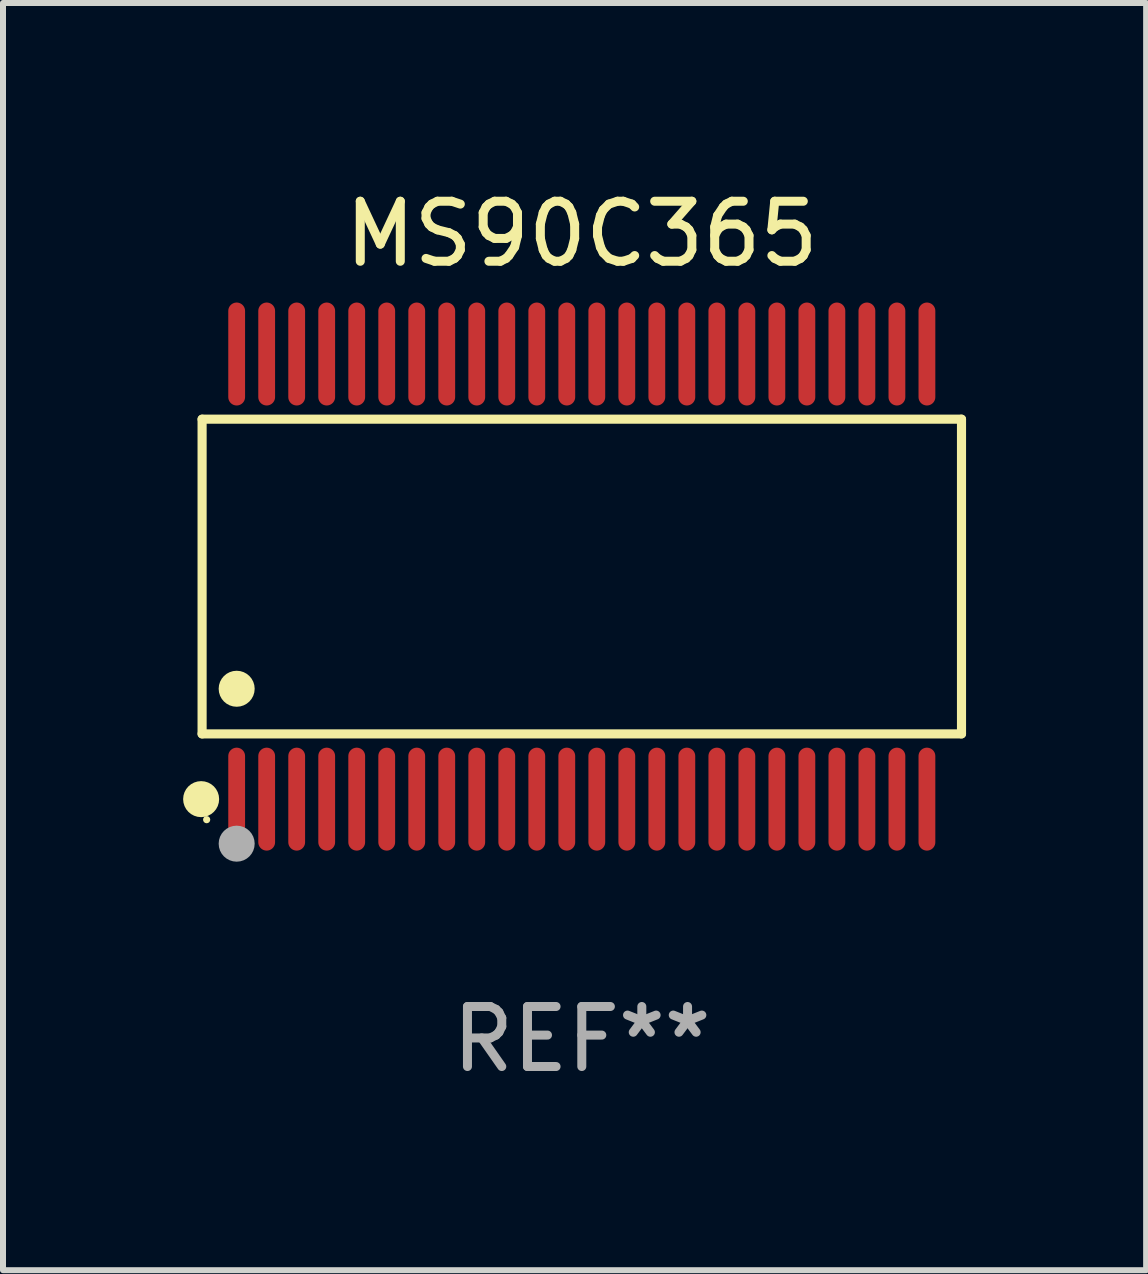
<source format=kicad_pcb>
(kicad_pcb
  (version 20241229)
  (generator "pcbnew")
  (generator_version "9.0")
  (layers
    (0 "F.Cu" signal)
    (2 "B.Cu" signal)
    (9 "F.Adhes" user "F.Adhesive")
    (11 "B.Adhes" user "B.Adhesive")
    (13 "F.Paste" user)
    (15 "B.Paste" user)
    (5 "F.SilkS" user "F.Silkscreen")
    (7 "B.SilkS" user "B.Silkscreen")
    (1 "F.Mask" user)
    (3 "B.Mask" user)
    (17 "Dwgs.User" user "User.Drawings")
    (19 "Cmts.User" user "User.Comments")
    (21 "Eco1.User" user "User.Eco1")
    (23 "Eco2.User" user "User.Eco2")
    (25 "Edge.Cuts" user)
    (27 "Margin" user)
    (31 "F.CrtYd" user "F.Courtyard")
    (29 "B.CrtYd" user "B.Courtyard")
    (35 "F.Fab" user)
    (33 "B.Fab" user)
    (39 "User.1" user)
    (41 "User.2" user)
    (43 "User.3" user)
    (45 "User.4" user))
  (footprint "MS90C365"
    (layer "F.Cu")
    (at 6.643 6.556)
    (property "Reference" "MS90C365" (at 0 -5.708 0) (layer "F.SilkS") (effects (font (size 1 1) (thickness 0.15))))
    (attr through_hole)
    (fp_line (start -6.326 -2.622) (end 6.326 -2.622) (stroke (width 0.152) (type solid)) (layer "F.SilkS"))
    (fp_line (start -6.326 2.621) (end -6.326 -2.622) (stroke (width 0.152) (type solid)) (layer "F.SilkS"))
    (fp_line (start 6.326 -2.622) (end 6.326 2.621) (stroke (width 0.152) (type solid)) (layer "F.SilkS"))
    (fp_line (start 6.326 2.621) (end -6.326 2.621) (stroke (width 0.152) (type solid)) (layer "F.SilkS"))
    (fp_circle (center -6.342 3.708) (end -6.192 3.708) (stroke (width 0.3) (type solid)) (fill no) (layer "F.SilkS"))
    (fp_circle (center -6.25 4.05) (end -6.22 4.05) (stroke (width 0.06) (type solid)) (fill no) (layer "F.SilkS"))
    (fp_circle (center -5.75 1.869) (end -5.6 1.869) (stroke (width 0.3) (type solid)) (fill no) (layer "F.SilkS"))
    (fp_circle (center -5.75 4.45) (end -5.6 4.45) (stroke (width 0.3) (type solid)) (fill no) (layer "F.Fab"))
    (fp_text user "REF**" (at 0 7.708 0) (layer "F.Fab") (effects (font (size 1 1) (thickness 0.15))))
    (pad "1" smd oval (at -5.75 3.708) (size 0.28 1.715) (layers "F.Cu" "F.Mask" "F.Paste"))
    (pad "2" smd oval (at -5.25 3.708) (size 0.28 1.715) (layers "F.Cu" "F.Mask" "F.Paste"))
    (pad "3" smd oval (at -4.75 3.708) (size 0.28 1.715) (layers "F.Cu" "F.Mask" "F.Paste"))
    (pad "4" smd oval (at -4.25 3.708) (size 0.28 1.715) (layers "F.Cu" "F.Mask" "F.Paste"))
    (pad "5" smd oval (at -3.75 3.708) (size 0.28 1.715) (layers "F.Cu" "F.Mask" "F.Paste"))
    (pad "6" smd oval (at -3.25 3.708) (size 0.28 1.715) (layers "F.Cu" "F.Mask" "F.Paste"))
    (pad "7" smd oval (at -2.75 3.708) (size 0.28 1.715) (layers "F.Cu" "F.Mask" "F.Paste"))
    (pad "8" smd oval (at -2.25 3.708) (size 0.28 1.715) (layers "F.Cu" "F.Mask" "F.Paste"))
    (pad "9" smd oval (at -1.75 3.708) (size 0.28 1.715) (layers "F.Cu" "F.Mask" "F.Paste"))
    (pad "10" smd oval (at -1.25 3.708) (size 0.28 1.715) (layers "F.Cu" "F.Mask" "F.Paste"))
    (pad "11" smd oval (at -0.75 3.708) (size 0.28 1.715) (layers "F.Cu" "F.Mask" "F.Paste"))
    (pad "12" smd oval (at -0.25 3.708) (size 0.28 1.715) (layers "F.Cu" "F.Mask" "F.Paste"))
    (pad "13" smd oval (at 0.25 3.708) (size 0.28 1.715) (layers "F.Cu" "F.Mask" "F.Paste"))
    (pad "14" smd oval (at 0.75 3.708) (size 0.28 1.715) (layers "F.Cu" "F.Mask" "F.Paste"))
    (pad "15" smd oval (at 1.25 3.708) (size 0.28 1.715) (layers "F.Cu" "F.Mask" "F.Paste"))
    (pad "16" smd oval (at 1.75 3.708) (size 0.28 1.715) (layers "F.Cu" "F.Mask" "F.Paste"))
    (pad "17" smd oval (at 2.25 3.708) (size 0.28 1.715) (layers "F.Cu" "F.Mask" "F.Paste"))
    (pad "18" smd oval (at 2.75 3.708) (size 0.28 1.715) (layers "F.Cu" "F.Mask" "F.Paste"))
    (pad "19" smd oval (at 3.25 3.708) (size 0.28 1.715) (layers "F.Cu" "F.Mask" "F.Paste"))
    (pad "20" smd oval (at 3.75 3.708) (size 0.28 1.715) (layers "F.Cu" "F.Mask" "F.Paste"))
    (pad "21" smd oval (at 4.25 3.708) (size 0.28 1.715) (layers "F.Cu" "F.Mask" "F.Paste"))
    (pad "22" smd oval (at 4.75 3.708) (size 0.28 1.715) (layers "F.Cu" "F.Mask" "F.Paste"))
    (pad "23" smd oval (at 5.25 3.708) (size 0.28 1.715) (layers "F.Cu" "F.Mask" "F.Paste"))
    (pad "24" smd oval (at 5.75 3.708) (size 0.28 1.715) (layers "F.Cu" "F.Mask" "F.Paste"))
    (pad "25" smd oval (at 5.75 -3.708) (size 0.28 1.715) (layers "F.Cu" "F.Mask" "F.Paste"))
    (pad "26" smd oval (at 5.25 -3.708) (size 0.28 1.715) (layers "F.Cu" "F.Mask" "F.Paste"))
    (pad "27" smd oval (at 4.75 -3.708) (size 0.28 1.715) (layers "F.Cu" "F.Mask" "F.Paste"))
    (pad "28" smd oval (at 4.25 -3.708) (size 0.28 1.715) (layers "F.Cu" "F.Mask" "F.Paste"))
    (pad "29" smd oval (at 3.75 -3.708) (size 0.28 1.715) (layers "F.Cu" "F.Mask" "F.Paste"))
    (pad "30" smd oval (at 3.25 -3.708) (size 0.28 1.715) (layers "F.Cu" "F.Mask" "F.Paste"))
    (pad "31" smd oval (at 2.75 -3.708) (size 0.28 1.715) (layers "F.Cu" "F.Mask" "F.Paste"))
    (pad "32" smd oval (at 2.25 -3.708) (size 0.28 1.715) (layers "F.Cu" "F.Mask" "F.Paste"))
    (pad "33" smd oval (at 1.75 -3.708) (size 0.28 1.715) (layers "F.Cu" "F.Mask" "F.Paste"))
    (pad "34" smd oval (at 1.25 -3.708) (size 0.28 1.715) (layers "F.Cu" "F.Mask" "F.Paste"))
    (pad "35" smd oval (at 0.75 -3.708) (size 0.28 1.715) (layers "F.Cu" "F.Mask" "F.Paste"))
    (pad "36" smd oval (at 0.25 -3.708) (size 0.28 1.715) (layers "F.Cu" "F.Mask" "F.Paste"))
    (pad "37" smd oval (at -0.25 -3.708) (size 0.28 1.715) (layers "F.Cu" "F.Mask" "F.Paste"))
    (pad "38" smd oval (at -0.75 -3.708) (size 0.28 1.715) (layers "F.Cu" "F.Mask" "F.Paste"))
    (pad "39" smd oval (at -1.25 -3.708) (size 0.28 1.715) (layers "F.Cu" "F.Mask" "F.Paste"))
    (pad "40" smd oval (at -1.75 -3.708) (size 0.28 1.715) (layers "F.Cu" "F.Mask" "F.Paste"))
    (pad "41" smd oval (at -2.25 -3.708) (size 0.28 1.715) (layers "F.Cu" "F.Mask" "F.Paste"))
    (pad "42" smd oval (at -2.75 -3.708) (size 0.28 1.715) (layers "F.Cu" "F.Mask" "F.Paste"))
    (pad "43" smd oval (at -3.25 -3.708) (size 0.28 1.715) (layers "F.Cu" "F.Mask" "F.Paste"))
    (pad "44" smd oval (at -3.75 -3.708) (size 0.28 1.715) (layers "F.Cu" "F.Mask" "F.Paste"))
    (pad "45" smd oval (at -4.25 -3.708) (size 0.28 1.715) (layers "F.Cu" "F.Mask" "F.Paste"))
    (pad "46" smd oval (at -4.75 -3.708) (size 0.28 1.715) (layers "F.Cu" "F.Mask" "F.Paste"))
    (pad "47" smd oval (at -5.25 -3.708) (size 0.28 1.715) (layers "F.Cu" "F.Mask" "F.Paste"))
    (pad "48" smd oval (at -5.75 -3.708) (size 0.28 1.715) (layers "F.Cu" "F.Mask" "F.Paste")))
  (gr_rect
    (start -3 -3)
    (end 16.045 18.112)
    (stroke (width 0.1) (type default))
    (fill no)
    (layer "Edge.Cuts")))
</source>
